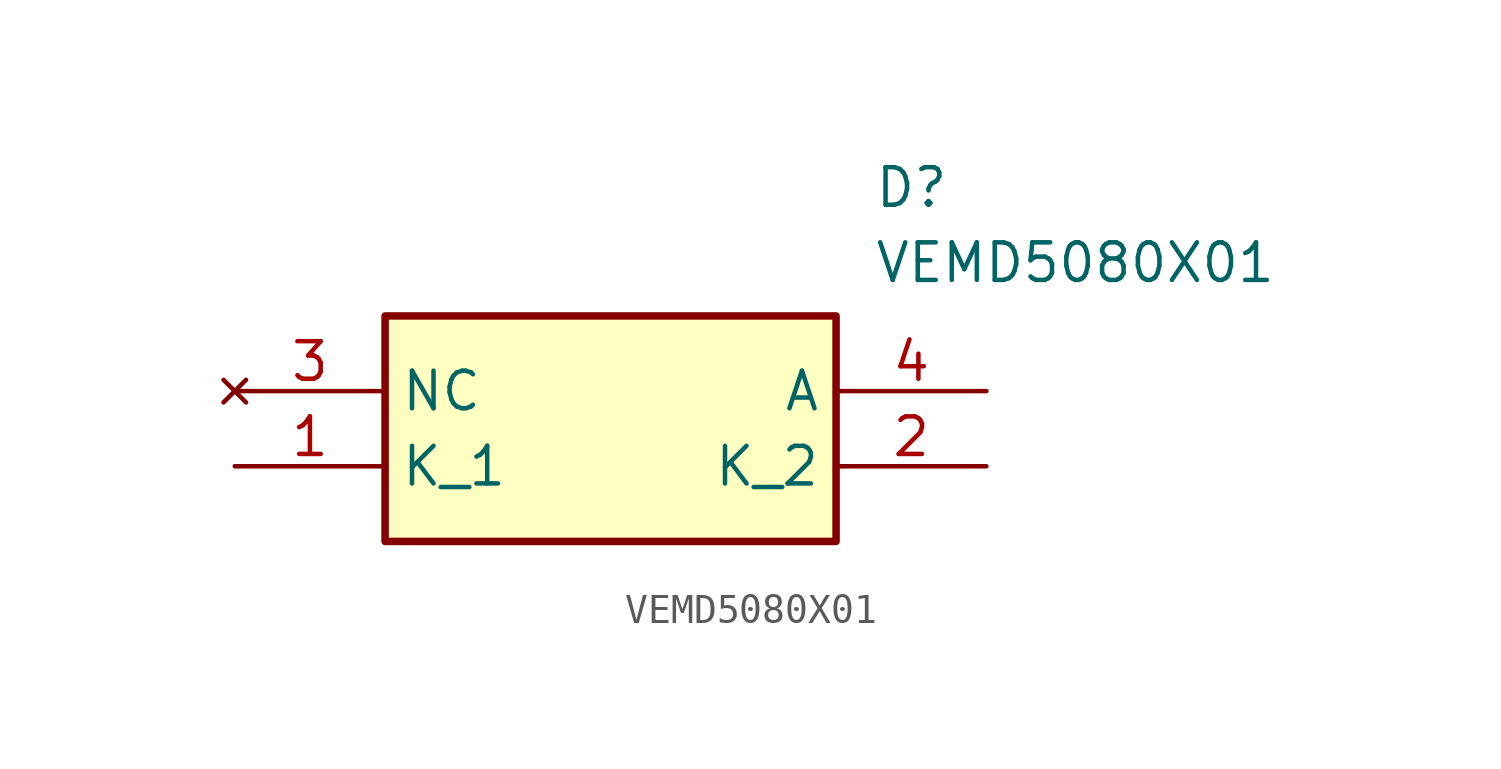
<source format=kicad_sym>
(kicad_symbol_lib
  (version 20211014)
  (generator SamacSys_ECAD_Model)
  (symbol "VEMD5080X01"
    (property "Reference" "D"
      (at 21.59 7.62 0)
      (effects (font (size 1.27 1.27)) (justify left top)))
    (property "Value" "VEMD5080X01"
      (at 21.59 5.08 0)
      (effects (font (size 1.27 1.27)) (justify left top)))
    (rectangle
      (start 5.08 2.54)
      (end 20.32 -5.08)
      (stroke (width 0.254) (type default))
      (fill (type background)))
    (pin passive line
      (at 0 -2.54 0)
      (length 5.08)
      (name "K_1" (effects (font (size 1.27 1.27))))
      (number "1" (effects (font (size 1.27 1.27)))))
    (pin passive line
      (at 25.4 -2.54 180)
      (length 5.08)
      (name "K_2" (effects (font (size 1.27 1.27))))
      (number "2" (effects (font (size 1.27 1.27)))))
    (pin no_connect line
      (at 0 0 0)
      (length 5.08)
      (name "NC" (effects (font (size 1.27 1.27))))
      (number "3" (effects (font (size 1.27 1.27)))))
    (pin passive line
      (at 25.4 0 180)
      (length 5.08)
      (name "A" (effects (font (size 1.27 1.27))))
      (number "4" (effects (font (size 1.27 1.27)))))))
</source>
